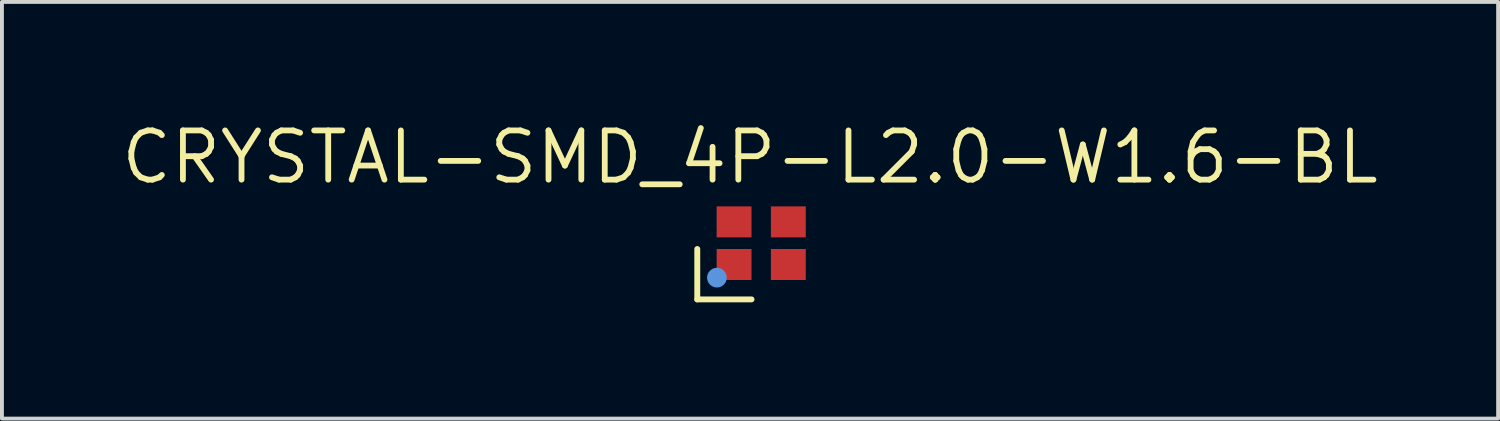
<source format=kicad_pcb>
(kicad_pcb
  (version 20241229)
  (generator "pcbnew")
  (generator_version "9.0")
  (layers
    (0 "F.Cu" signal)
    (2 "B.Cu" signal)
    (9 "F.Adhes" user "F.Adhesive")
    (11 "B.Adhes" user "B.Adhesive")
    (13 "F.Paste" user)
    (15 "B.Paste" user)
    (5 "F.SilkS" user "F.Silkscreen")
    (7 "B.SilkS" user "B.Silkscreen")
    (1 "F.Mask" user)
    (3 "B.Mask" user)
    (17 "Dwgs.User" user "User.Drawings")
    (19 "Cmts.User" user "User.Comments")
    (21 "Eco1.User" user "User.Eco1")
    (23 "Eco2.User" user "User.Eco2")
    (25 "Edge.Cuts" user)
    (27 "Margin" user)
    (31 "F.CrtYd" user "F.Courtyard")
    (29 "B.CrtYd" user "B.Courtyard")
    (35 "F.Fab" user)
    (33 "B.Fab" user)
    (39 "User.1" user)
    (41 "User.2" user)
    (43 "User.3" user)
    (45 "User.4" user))
  (footprint "CRYSTAL-SMD_4P-L2.0-W1.6-BL"
    (layer "F.Cu")
    (at 16.594 3.226)
    (property "Reference" "CRYSTAL-SMD_4P-L2.0-W1.6-BL" (at -0.288 -2.22 0) (layer "F.SilkS") (effects (font (size 1.27 1.27) (thickness 0.15))))
    (attr smd)
    (fp_line (start -1.65 0.15) (end -1.65 1.45) (stroke (width 0.152) (type solid)) (layer "F.SilkS"))
    (fp_line (start -1.65 1.45) (end -0.25 1.45) (stroke (width 0.152) (type solid)) (layer "F.SilkS"))
    (fp_circle (center -1.143 0.889) (end -1.016 0.889) (stroke (width 0.254) (type solid)) (fill no) (layer "Cmts.User"))
    (fp_text user "" (at 0 0 0) (layer "Cmts.User") (effects (font (size 1 1) (thickness 0.15))))
    (pad "1" smd rect (at -0.7 0.55) (size 0.9 0.8) (layers "F.Cu" "F.Mask" "F.Paste"))
    (pad "2" smd rect (at 0.7 0.55) (size 0.9 0.8) (layers "F.Cu" "F.Mask" "F.Paste"))
    (pad "3" smd rect (at 0.7 -0.55) (size 0.9 0.8) (layers "F.Cu" "F.Mask" "F.Paste"))
    (pad "4" smd rect (at -0.7 -0.55) (size 0.9 0.8) (layers "F.Cu" "F.Mask" "F.Paste")))
  (gr_rect
    (start -3 -3)
    (end 35.611 7.752)
    (stroke (width 0.1) (type default))
    (fill no)
    (layer "Edge.Cuts")))
</source>
